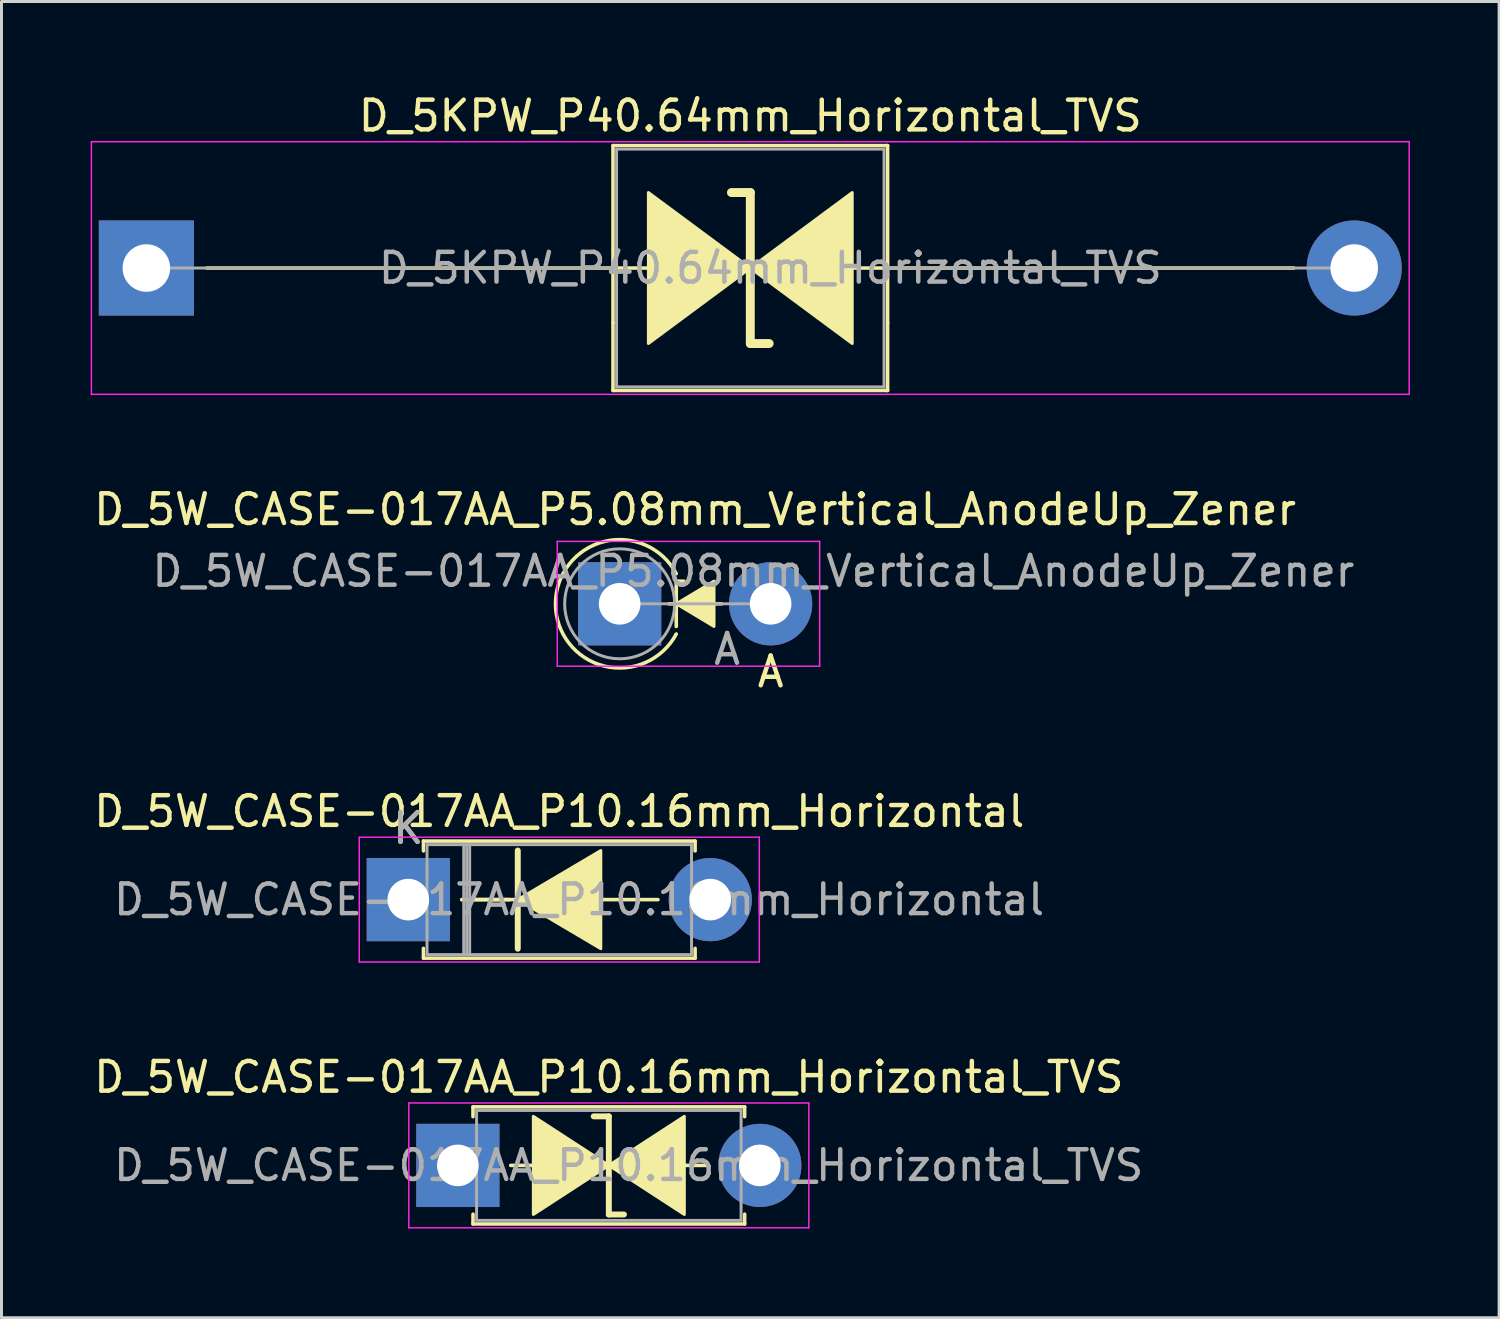
<source format=kicad_pcb>
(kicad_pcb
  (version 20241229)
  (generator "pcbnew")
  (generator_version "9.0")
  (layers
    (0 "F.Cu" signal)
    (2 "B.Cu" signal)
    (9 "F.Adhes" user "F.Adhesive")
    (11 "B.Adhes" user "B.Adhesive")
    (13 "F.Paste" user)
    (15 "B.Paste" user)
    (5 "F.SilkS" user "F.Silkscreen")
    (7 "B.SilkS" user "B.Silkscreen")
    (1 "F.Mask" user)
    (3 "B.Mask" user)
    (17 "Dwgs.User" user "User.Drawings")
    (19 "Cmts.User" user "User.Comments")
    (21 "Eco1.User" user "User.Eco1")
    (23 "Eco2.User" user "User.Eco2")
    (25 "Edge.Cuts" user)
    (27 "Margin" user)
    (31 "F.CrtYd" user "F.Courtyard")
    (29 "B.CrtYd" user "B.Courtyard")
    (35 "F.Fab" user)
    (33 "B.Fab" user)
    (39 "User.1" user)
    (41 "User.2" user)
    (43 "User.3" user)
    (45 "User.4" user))
  (footprint "D_5W_CASE-017AA_P10.16mm_Horizontal_TVS"
    (layer "F.Cu")
    (at 12.355 36.162)
    (property "Reference" "D_5W_CASE-017AA_P10.16mm_Horizontal_TVS" (at 5.08 -2.97 0) (layer "F.SilkS") (effects (font (size 1 1) (thickness 0.15))))
    (fp_line (start 0.51 -1.97) (end 9.65 -1.97) (stroke (width 0.12) (type solid)) (layer "F.SilkS"))
    (fp_line (start 0.51 -1.64) (end 0.51 -1.97) (stroke (width 0.12) (type solid)) (layer "F.SilkS"))
    (fp_line (start 0.51 1.64) (end 0.51 1.97) (stroke (width 0.12) (type solid)) (layer "F.SilkS"))
    (fp_line (start 0.51 1.97) (end 9.65 1.97) (stroke (width 0.12) (type solid)) (layer "F.SilkS"))
    (fp_line (start 1.778 0) (end 2.54 0) (stroke (width 0.12) (type solid)) (layer "F.SilkS"))
    (fp_line (start 5.08 -1.651) (end 4.572 -1.651) (stroke (width 0.2) (type solid)) (layer "F.SilkS"))
    (fp_line (start 5.08 1.651) (end 5.08 -1.651) (stroke (width 0.2) (type solid)) (layer "F.SilkS"))
    (fp_line (start 5.588 1.651) (end 5.08 1.651) (stroke (width 0.2) (type solid)) (layer "F.SilkS"))
    (fp_line (start 8.382 0) (end 7.62 0) (stroke (width 0.12) (type solid)) (layer "F.SilkS"))
    (fp_line (start 9.65 -1.97) (end 9.65 -1.64) (stroke (width 0.12) (type solid)) (layer "F.SilkS"))
    (fp_line (start 9.65 1.97) (end 9.65 1.64) (stroke (width 0.12) (type solid)) (layer "F.SilkS"))
    (fp_poly (pts (xy 5.08 0) (xy 2.54 1.651) (xy 2.54 -1.651)) (stroke (width 0.1) (type solid)) (fill yes) (layer "F.SilkS"))
    (fp_poly (pts (xy 5.08 0) (xy 7.62 -1.651) (xy 7.62 1.651)) (stroke (width 0.1) (type solid)) (fill yes) (layer "F.SilkS"))
    (fp_line (start -1.65 -2.1) (end -1.65 2.1) (stroke (width 0.05) (type solid)) (layer "F.CrtYd"))
    (fp_line (start -1.65 2.1) (end 11.81 2.1) (stroke (width 0.05) (type solid)) (layer "F.CrtYd"))
    (fp_line (start 11.81 -2.1) (end -1.65 -2.1) (stroke (width 0.05) (type solid)) (layer "F.CrtYd"))
    (fp_line (start 11.81 2.1) (end 11.81 -2.1) (stroke (width 0.05) (type solid)) (layer "F.CrtYd"))
    (fp_line (start 0 0) (end 0.63 0) (stroke (width 0.1) (type solid)) (layer "F.Fab"))
    (fp_line (start 0.63 -1.85) (end 0.63 1.85) (stroke (width 0.1) (type solid)) (layer "F.Fab"))
    (fp_line (start 0.63 1.85) (end 9.53 1.85) (stroke (width 0.1) (type solid)) (layer "F.Fab"))
    (fp_line (start 9.53 -1.85) (end 0.63 -1.85) (stroke (width 0.1) (type solid)) (layer "F.Fab"))
    (fp_line (start 9.53 1.85) (end 9.53 -1.85) (stroke (width 0.1) (type solid)) (layer "F.Fab"))
    (fp_line (start 10.16 0) (end 9.53 0) (stroke (width 0.1) (type solid)) (layer "F.Fab"))
    (fp_text user "${REFERENCE}" (at 5.747 0 0) (layer "F.Fab") (effects (font (size 1 1) (thickness 0.15))))
    (pad "1" thru_hole rect (at 0 0) (size 2.8 2.8) (drill 1.4) (layers "*.Cu" "*.Mask"))
    (pad "2" thru_hole oval (at 10.16 0) (size 2.8 2.8) (drill 1.4) (layers "*.Cu" "*.Mask")))
  (footprint "D_5KPW_P40.64mm_Horizontal_TVS"
    (layer "F.Cu")
    (at 1.875 5.968)
    (property "Reference" "D_5KPW_P40.64mm_Horizontal_TVS" (at 20.32 -5.12 0) (layer "F.SilkS") (effects (font (size 1 1) (thickness 0.15))))
    (attr through_hole)
    (fp_line (start 15.7 -4.12) (end 24.94 -4.12) (stroke (width 0.12) (type solid)) (layer "F.SilkS"))
    (fp_line (start 15.7 1.84) (end 15.7 -4.12) (stroke (width 0.12) (type solid)) (layer "F.SilkS"))
    (fp_line (start 15.7 1.84) (end 15.7 4.12) (stroke (width 0.12) (type solid)) (layer "F.SilkS"))
    (fp_line (start 15.7 4.12) (end 24.94 4.12) (stroke (width 0.12) (type solid)) (layer "F.SilkS"))
    (fp_line (start 16.891 0) (end 2.032 0) (stroke (width 0.12) (type solid)) (layer "F.SilkS"))
    (fp_line (start 20.32 -2.54) (end 19.685 -2.54) (stroke (width 0.3) (type solid)) (layer "F.SilkS"))
    (fp_line (start 20.32 2.54) (end 20.32 -2.54) (stroke (width 0.3) (type solid)) (layer "F.SilkS"))
    (fp_line (start 20.955 2.54) (end 20.32 2.54) (stroke (width 0.3) (type solid)) (layer "F.SilkS"))
    (fp_line (start 24.94 -4.12) (end 24.94 1.84) (stroke (width 0.12) (type solid)) (layer "F.SilkS"))
    (fp_line (start 24.94 4.12) (end 24.94 1.84) (stroke (width 0.12) (type solid)) (layer "F.SilkS"))
    (fp_line (start 38.608 0) (end 23.749 0) (stroke (width 0.12) (type solid)) (layer "F.SilkS"))
    (fp_poly (pts (xy 20.32 0) (xy 16.891 2.54) (xy 16.891 -2.54)) (stroke (width 0.1) (type solid)) (fill yes) (layer "F.SilkS"))
    (fp_poly (pts (xy 20.32 0) (xy 23.749 -2.54) (xy 23.749 2.54)) (stroke (width 0.1) (type solid)) (fill yes) (layer "F.SilkS"))
    (fp_line (start -1.85 -4.25) (end -1.85 4.25) (stroke (width 0.05) (type solid)) (layer "F.CrtYd"))
    (fp_line (start -1.85 4.25) (end 42.49 4.25) (stroke (width 0.05) (type solid)) (layer "F.CrtYd"))
    (fp_line (start 42.49 -4.25) (end -1.85 -4.25) (stroke (width 0.05) (type solid)) (layer "F.CrtYd"))
    (fp_line (start 42.49 4.25) (end 42.49 -4.25) (stroke (width 0.05) (type solid)) (layer "F.CrtYd"))
    (fp_line (start 0 0) (end 15.82 0) (stroke (width 0.1) (type solid)) (layer "F.Fab"))
    (fp_line (start 15.82 -4) (end 15.82 4) (stroke (width 0.1) (type solid)) (layer "F.Fab"))
    (fp_line (start 15.82 4) (end 24.82 4) (stroke (width 0.1) (type solid)) (layer "F.Fab"))
    (fp_line (start 24.82 -4) (end 15.82 -4) (stroke (width 0.1) (type solid)) (layer "F.Fab"))
    (fp_line (start 24.82 4) (end 24.82 -4) (stroke (width 0.1) (type solid)) (layer "F.Fab"))
    (fp_line (start 40.64 0) (end 24.82 0) (stroke (width 0.1) (type solid)) (layer "F.Fab"))
    (fp_text user "${REFERENCE}" (at 20.995 0 0) (layer "F.Fab") (effects (font (size 1 1) (thickness 0.15))))
    (pad "1" thru_hole rect (at 0 0) (size 3.2 3.2) (drill 1.6) (layers "*.Cu" "*.Mask"))
    (pad "2" thru_hole oval (at 40.64 0) (size 3.2 3.2) (drill 1.6) (layers "*.Cu" "*.Mask")))
  (footprint "D_5W_CASE-017AA_P10.16mm_Horizontal"
    (layer "F.Cu")
    (at 10.688 27.219)
    (property "Reference" "D_5W_CASE-017AA_P10.16mm_Horizontal" (at 5.08 -2.97 0) (layer "F.SilkS") (effects (font (size 1 1) (thickness 0.15))))
    (fp_line (start 0.51 -1.97) (end 9.65 -1.97) (stroke (width 0.12) (type solid)) (layer "F.SilkS"))
    (fp_line (start 0.51 -1.64) (end 0.51 -1.97) (stroke (width 0.12) (type solid)) (layer "F.SilkS"))
    (fp_line (start 0.51 1.64) (end 0.51 1.97) (stroke (width 0.12) (type solid)) (layer "F.SilkS"))
    (fp_line (start 0.51 1.97) (end 9.65 1.97) (stroke (width 0.12) (type solid)) (layer "F.SilkS"))
    (fp_line (start 1.8 0) (end 3.4 0) (stroke (width 0.12) (type solid)) (layer "F.SilkS"))
    (fp_line (start 3.683 -1.651) (end 3.683 1.651) (stroke (width 0.2) (type solid)) (layer "F.SilkS"))
    (fp_line (start 3.683 0) (end 1.8 0) (stroke (width 0.12) (type solid)) (layer "F.SilkS"))
    (fp_line (start 8.4 0) (end 6.35 0) (stroke (width 0.12) (type solid)) (layer "F.SilkS"))
    (fp_line (start 9.65 -1.97) (end 9.65 -1.64) (stroke (width 0.12) (type solid)) (layer "F.SilkS"))
    (fp_line (start 9.65 1.97) (end 9.65 1.64) (stroke (width 0.12) (type solid)) (layer "F.SilkS"))
    (fp_poly (pts (xy 6.477 1.651) (xy 3.683 0) (xy 6.477 -1.651)) (stroke (width 0.1) (type solid)) (fill yes) (layer "F.SilkS"))
    (fp_line (start -1.65 -2.1) (end -1.65 2.1) (stroke (width 0.05) (type solid)) (layer "F.CrtYd"))
    (fp_line (start -1.65 2.1) (end 11.81 2.1) (stroke (width 0.05) (type solid)) (layer "F.CrtYd"))
    (fp_line (start 11.81 -2.1) (end -1.65 -2.1) (stroke (width 0.05) (type solid)) (layer "F.CrtYd"))
    (fp_line (start 11.81 2.1) (end 11.81 -2.1) (stroke (width 0.05) (type solid)) (layer "F.CrtYd"))
    (fp_line (start 0 0) (end 0.63 0) (stroke (width 0.1) (type solid)) (layer "F.Fab"))
    (fp_line (start 0.63 -1.85) (end 0.63 1.85) (stroke (width 0.1) (type solid)) (layer "F.Fab"))
    (fp_line (start 0.63 1.85) (end 9.53 1.85) (stroke (width 0.1) (type solid)) (layer "F.Fab"))
    (fp_line (start 1.865 -1.85) (end 1.865 1.85) (stroke (width 0.1) (type solid)) (layer "F.Fab"))
    (fp_line (start 1.965 -1.85) (end 1.965 1.85) (stroke (width 0.1) (type solid)) (layer "F.Fab"))
    (fp_line (start 2.065 -1.85) (end 2.065 1.85) (stroke (width 0.1) (type solid)) (layer "F.Fab"))
    (fp_line (start 9.53 -1.85) (end 0.63 -1.85) (stroke (width 0.1) (type solid)) (layer "F.Fab"))
    (fp_line (start 9.53 1.85) (end 9.53 -1.85) (stroke (width 0.1) (type solid)) (layer "F.Fab"))
    (fp_line (start 10.16 0) (end 9.53 0) (stroke (width 0.1) (type solid)) (layer "F.Fab"))
    (fp_text user "K" (at 0 -2.4 0) (layer "F.SilkS") (effects (font (size 1 1) (thickness 0.15))))
    (fp_text user "K" (at 0 -2.4 0) (layer "F.Fab") (effects (font (size 1 1) (thickness 0.15))))
    (fp_text user "${REFERENCE}" (at 5.747 0 0) (layer "F.Fab") (effects (font (size 1 1) (thickness 0.15))))
    (pad "1" thru_hole rect (at 0 0) (size 2.8 2.8) (drill 1.4) (layers "*.Cu" "*.Mask"))
    (pad "2" thru_hole oval (at 10.16 0) (size 2.8 2.8) (drill 1.4) (layers "*.Cu" "*.Mask")))
  (footprint "D_5W_CASE-017AA_P5.08mm_Vertical_AnodeUp_Zener"
    (layer "F.Cu")
    (at 17.799 17.266)
    (property "Reference" "D_5W_CASE-017AA_P5.08mm_Vertical_AnodeUp_Zener" (at 2.54 -3.175 0) (layer "F.SilkS") (effects (font (size 1 1) (thickness 0.15))))
    (attr through_hole)
    (fp_line (start 1.651 0) (end 3.429 0) (stroke (width 0.12) (type solid)) (layer "F.SilkS"))
    (fp_line (start 1.905 -0.762) (end 1.905 0.762) (stroke (width 0.12) (type solid)) (layer "F.SilkS"))
    (fp_line (start 1.905 -0.762) (end 2.159 -0.762) (stroke (width 0.12) (type solid)) (layer "F.SilkS"))
    (fp_arc (start 1.904999 1.016) (mid -2.158999 0) (end 1.904999 -1.016) (stroke (width 0.12) (type solid)) (layer "F.SilkS"))
    (fp_poly (pts (xy 3.175 0.762) (xy 1.905 0) (xy 3.175 -0.762)) (stroke (width 0.1) (type solid)) (fill yes) (layer "F.SilkS"))
    (fp_line (start -2.1 -2.1) (end -2.1 2.1) (stroke (width 0.05) (type solid)) (layer "F.CrtYd"))
    (fp_line (start -2.1 2.1) (end 6.73 2.1) (stroke (width 0.05) (type solid)) (layer "F.CrtYd"))
    (fp_line (start 6.73 -2.1) (end -2.1 -2.1) (stroke (width 0.05) (type solid)) (layer "F.CrtYd"))
    (fp_line (start 6.73 2.1) (end 6.73 -2.1) (stroke (width 0.05) (type solid)) (layer "F.CrtYd"))
    (fp_line (start 0 0) (end 5.08 0) (stroke (width 0.1) (type solid)) (layer "F.Fab"))
    (fp_circle (center 0 0) (end 1.85 0) (stroke (width 0.1) (type solid)) (fill no) (layer "F.Fab"))
    (fp_text user "A" (at 5.08 2.286 0) (layer "F.SilkS") (effects (font (size 1 1) (thickness 0.15))))
    (fp_text user "${REFERENCE}" (at 4.5 -1.1 0) (layer "F.Fab") (effects (font (size 1 1) (thickness 0.15))))
    (fp_text user "A" (at 3.615 1.527 0) (layer "F.Fab") (effects (font (size 1 1) (thickness 0.15))))
    (pad "1" thru_hole rect (at 0 0) (size 2.8 2.8) (drill 1.4) (layers "*.Cu" "*.Mask"))
    (pad "2" thru_hole oval (at 5.08 0) (size 2.8 2.8) (drill 1.4) (layers "*.Cu" "*.Mask")))
  (gr_rect
    (start -3 -3)
    (end 47.39 41.287)
    (stroke (width 0.1) (type default))
    (fill no)
    (layer "Edge.Cuts")))
</source>
